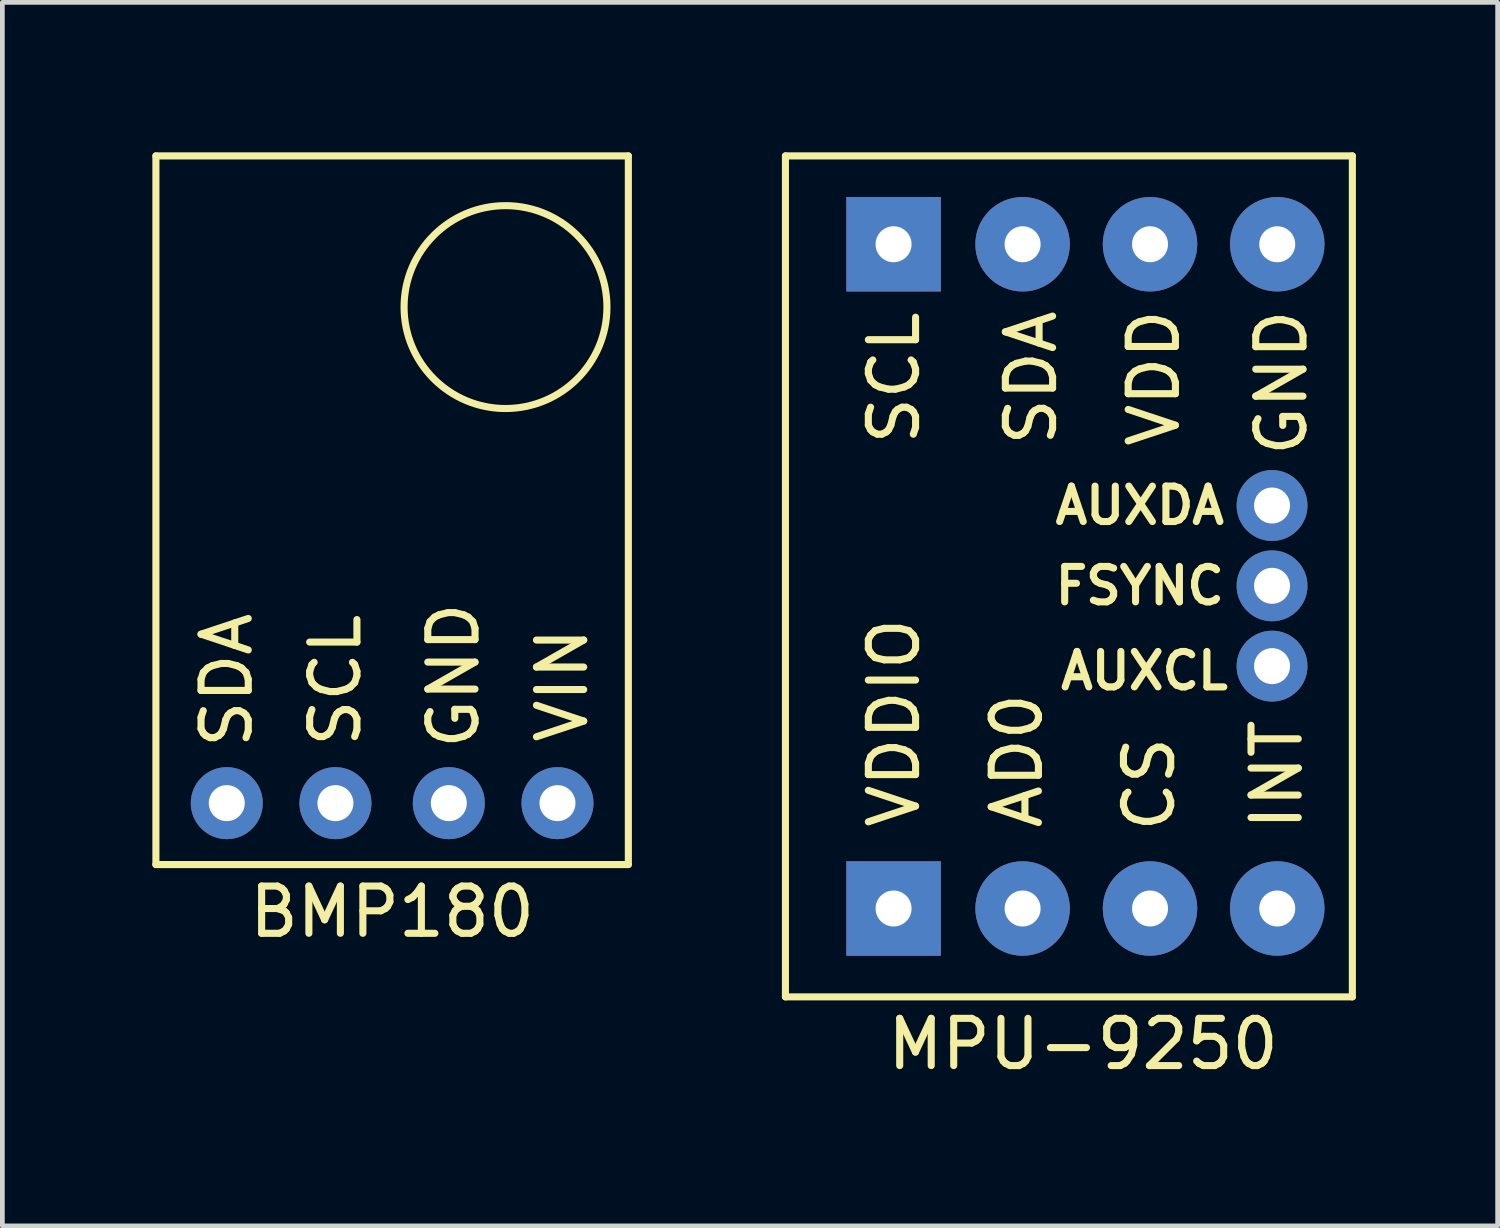
<source format=kicad_pcb>
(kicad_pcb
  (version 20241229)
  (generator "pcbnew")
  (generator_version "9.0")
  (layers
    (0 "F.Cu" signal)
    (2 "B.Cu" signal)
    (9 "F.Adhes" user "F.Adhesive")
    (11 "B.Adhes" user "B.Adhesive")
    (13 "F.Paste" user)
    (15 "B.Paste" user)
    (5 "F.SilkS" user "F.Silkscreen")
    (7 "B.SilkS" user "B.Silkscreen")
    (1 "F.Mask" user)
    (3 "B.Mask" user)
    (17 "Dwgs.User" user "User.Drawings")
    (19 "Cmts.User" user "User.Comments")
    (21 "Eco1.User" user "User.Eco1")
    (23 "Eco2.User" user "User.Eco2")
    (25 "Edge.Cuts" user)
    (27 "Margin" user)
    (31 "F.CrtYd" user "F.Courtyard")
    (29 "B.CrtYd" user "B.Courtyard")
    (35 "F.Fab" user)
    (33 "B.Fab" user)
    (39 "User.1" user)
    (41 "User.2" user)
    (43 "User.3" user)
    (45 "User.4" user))
  (footprint "BMP180"
    (layer "F.Cu")
    (at 0.25 0.25)
    (property "Reference" "BMP180" (at 5 16 0) (layer "F.SilkS") (effects (font (size 1 1) (thickness 0.15))))
    (attr through_hole)
    (fp_line (start 0 0) (end 0 15) (stroke (width 0.15) (type solid)) (layer "F.SilkS"))
    (fp_line (start 0 0) (end 10 0) (stroke (width 0.15) (type solid)) (layer "F.SilkS"))
    (fp_line (start 0 15) (end 10 15) (stroke (width 0.15) (type solid)) (layer "F.SilkS"))
    (fp_line (start 10 0) (end 10 15) (stroke (width 0.15) (type solid)) (layer "F.SilkS"))
    (fp_circle (center 7.4 3.2) (end 6.4 5.1) (stroke (width 0.15) (type solid)) (fill no) (layer "F.SilkS"))
    (fp_text user "SDA" (at 1.5 11.1 90) (layer "F.SilkS") (effects (font (size 1 1) (thickness 0.15))))
    (fp_text user "SCL" (at 3.8 11.1 90) (layer "F.SilkS") (effects (font (size 1 1) (thickness 0.15))))
    (fp_text user "GND" (at 6.3 11 90) (layer "F.SilkS") (effects (font (size 1 1) (thickness 0.15))))
    (fp_text user "VIN" (at 8.6 11.2 90) (layer "F.SilkS") (effects (font (size 1 1) (thickness 0.15))))
    (pad "1" thru_hole circle (at 8.5 13.7) (size 1.524 1.524) (drill 0.762) (layers "*.Cu" "*.Mask"))
    (pad "2" thru_hole circle (at 6.2 13.7) (size 1.524 1.524) (drill 0.762) (layers "*.Cu" "*.Mask"))
    (pad "3" thru_hole circle (at 3.8 13.7) (size 1.524 1.524) (drill 0.762) (layers "*.Cu" "*.Mask"))
    (pad "4" thru_hole circle (at 1.5 13.7) (size 1.524 1.524) (drill 0.762) (layers "*.Cu" "*.Mask")))
  (footprint "MPU-9250"
    (layer "F.Cu")
    (at 13.575 0.25)
    (property "Reference" "MPU-9250" (at 6.3 18.8 0) (layer "F.SilkS") (effects (font (size 1 1) (thickness 0.15))))
    (attr through_hole)
    (fp_line (start 0 0) (end 12 0) (stroke (width 0.15) (type solid)) (layer "F.SilkS"))
    (fp_line (start 0 17.8) (end 0 0) (stroke (width 0.15) (type solid)) (layer "F.SilkS"))
    (fp_line (start 0 17.8) (end 12 17.8) (stroke (width 0.15) (type solid)) (layer "F.SilkS"))
    (fp_line (start 12 0) (end 12 17.8) (stroke (width 0.15) (type solid)) (layer "F.SilkS"))
    (fp_text user "SCL" (at 2.3 4.7 90) (layer "F.SilkS") (effects (font (size 1 1) (thickness 0.15))))
    (fp_text user "FSYNC" (at 7.5 9.1 0) (layer "F.SilkS") (effects (font (size 0.75 0.75) (thickness 0.15))))
    (fp_text user "AD0" (at 4.9 12.8 90) (layer "F.SilkS") (effects (font (size 1 1) (thickness 0.15))))
    (fp_text user "VDDIO" (at 2.3 12 90) (layer "F.SilkS") (effects (font (size 1 1) (thickness 0.15))))
    (fp_text user "AUXCL" (at 7.6 10.9 0) (layer "F.SilkS") (effects (font (size 0.75 0.75) (thickness 0.15))))
    (fp_text user "GND" (at 10.5 4.8 90) (layer "F.SilkS") (effects (font (size 1 1) (thickness 0.15))))
    (fp_text user "INT" (at 10.4 13.1 90) (layer "F.SilkS") (effects (font (size 1 1) (thickness 0.15))))
    (fp_text user "CS" (at 7.7 13.3 90) (layer "F.SilkS") (effects (font (size 1 1) (thickness 0.15))))
    (fp_text user "AUXDA" (at 7.5 7.4 0) (layer "F.SilkS") (effects (font (size 0.75 0.75) (thickness 0.15))))
    (fp_text user "VDD" (at 7.8 4.7 90) (layer "F.SilkS") (effects (font (size 1 1) (thickness 0.15))))
    (fp_text user "SDA" (at 5.2 4.7 90) (layer "F.SilkS") (effects (font (size 1 1) (thickness 0.15))))
    (pad "1" thru_hole circle (at 10.41 1.87) (size 2 2) (drill 0.762) (layers "*.Cu" "*.Mask"))
    (pad "2" thru_hole circle (at 7.717 1.87) (size 2 2) (drill 0.762) (layers "*.Cu" "*.Mask"))
    (pad "3" thru_hole circle (at 5.02 1.87) (size 2 2) (drill 0.762) (layers "*.Cu" "*.Mask"))
    (pad "4" thru_hole rect (at 2.289 1.87) (size 2 2) (drill 0.762) (layers "*.Cu" "*.Mask"))
    (pad "5" thru_hole rect (at 2.289 15.93) (size 2 2) (drill 0.762) (layers "*.Cu" "*.Mask"))
    (pad "6" thru_hole circle (at 5.02 15.93) (size 2 2) (drill 0.762) (layers "*.Cu" "*.Mask"))
    (pad "7" thru_hole circle (at 7.717 15.93) (size 2 2) (drill 0.762) (layers "*.Cu" "*.Mask"))
    (pad "8" thru_hole circle (at 10.41 15.93) (size 2 2) (drill 0.762) (layers "*.Cu" "*.Mask"))
    (pad "9" thru_hole circle (at 10.3 10.8) (size 1.5 1.5) (drill 0.762) (layers "*.Cu" "*.Mask"))
    (pad "10" thru_hole circle (at 10.3 9.1) (size 1.5 1.5) (drill 0.762) (layers "*.Cu" "*.Mask"))
    (pad "11" thru_hole circle (at 10.3 7.4) (size 1.5 1.5) (drill 0.762) (layers "*.Cu" "*.Mask")))
  (gr_rect
    (start -3 -3)
    (end 28.65 22.898)
    (stroke (width 0.1) (type default))
    (fill no)
    (layer "Edge.Cuts")))
</source>
